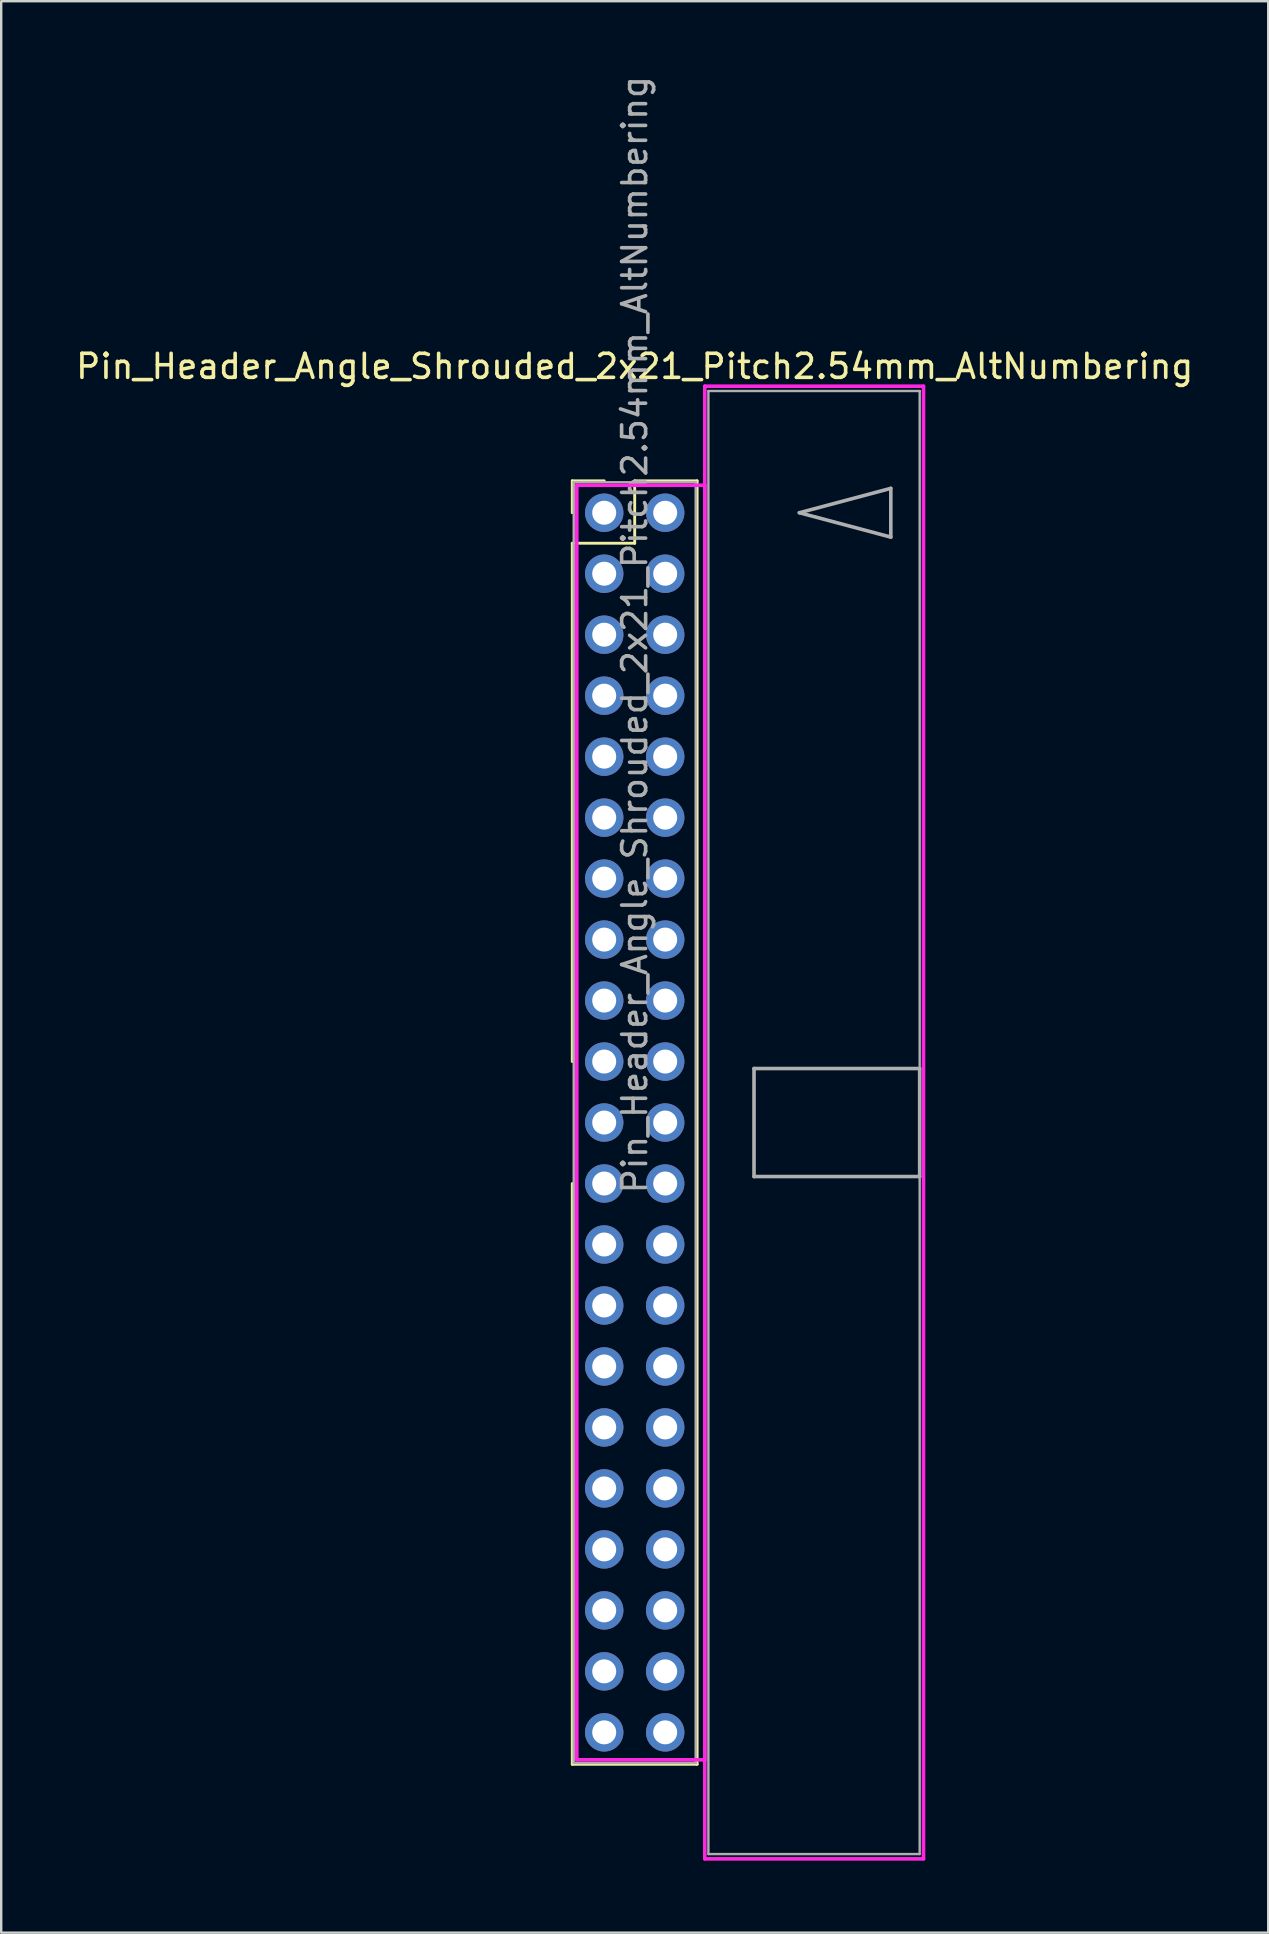
<source format=kicad_pcb>
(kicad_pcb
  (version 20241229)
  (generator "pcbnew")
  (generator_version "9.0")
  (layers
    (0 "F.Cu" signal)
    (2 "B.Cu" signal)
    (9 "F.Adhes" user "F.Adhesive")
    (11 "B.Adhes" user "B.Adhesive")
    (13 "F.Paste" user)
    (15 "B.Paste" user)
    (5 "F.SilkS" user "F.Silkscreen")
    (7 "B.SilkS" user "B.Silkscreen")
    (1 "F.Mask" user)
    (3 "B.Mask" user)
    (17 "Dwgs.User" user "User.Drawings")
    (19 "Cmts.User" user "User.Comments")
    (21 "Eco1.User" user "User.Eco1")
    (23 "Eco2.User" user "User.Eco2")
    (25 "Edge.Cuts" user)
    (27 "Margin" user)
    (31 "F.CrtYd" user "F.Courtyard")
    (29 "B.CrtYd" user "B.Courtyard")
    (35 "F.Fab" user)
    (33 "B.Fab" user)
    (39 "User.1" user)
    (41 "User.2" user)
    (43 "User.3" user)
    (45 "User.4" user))
  (footprint "Pin_Header_Angle_Shrouded_2x21_Pitch2.54mm_AltNumbering"
    (layer "F.Cu")
    (at 22.117 18.307)
    (property "Reference" "Pin_Header_Angle_Shrouded_2x21_Pitch2.54mm_AltNumbering" (at 1.27 -6.096 0) (layer "F.SilkS") (effects (font (size 1 1) (thickness 0.15))))
    (attr through_hole)
    (fp_line (start -1.33 -1.33) (end 0 -1.33) (stroke (width 0.12) (type solid)) (layer "F.SilkS"))
    (fp_line (start -1.33 0) (end -1.33 -1.33) (stroke (width 0.12) (type solid)) (layer "F.SilkS"))
    (fp_line (start -1.33 1.27) (end -1.33 22.86) (stroke (width 0.12) (type solid)) (layer "F.SilkS"))
    (fp_line (start -1.33 1.27) (end 1.27 1.27) (stroke (width 0.12) (type solid)) (layer "F.SilkS"))
    (fp_line (start -1.33 27.94) (end -1.33 52.13) (stroke (width 0.12) (type solid)) (layer "F.SilkS"))
    (fp_line (start -1.33 52.13) (end 3.87 52.13) (stroke (width 0.12) (type solid)) (layer "F.SilkS"))
    (fp_line (start 1.27 -1.33) (end 3.87 -1.33) (stroke (width 0.12) (type solid)) (layer "F.SilkS"))
    (fp_line (start 1.27 1.27) (end 1.27 -1.33) (stroke (width 0.12) (type solid)) (layer "F.SilkS"))
    (fp_line (start 3.87 -1.33) (end 3.87 52.13) (stroke (width 0.12) (type solid)) (layer "F.SilkS"))
    (fp_line (start -1.143 -1.143) (end -1.143 51.943) (stroke (width 0.15) (type solid)) (layer "F.CrtYd"))
    (fp_line (start -1.143 51.943) (end 4.19 51.943) (stroke (width 0.15) (type solid)) (layer "F.CrtYd"))
    (fp_line (start 4.19 -5.27) (end 4.19 56.07) (stroke (width 0.15) (type solid)) (layer "F.CrtYd"))
    (fp_line (start 4.19 -1.143) (end -1.143 -1.143) (stroke (width 0.15) (type solid)) (layer "F.CrtYd"))
    (fp_line (start 4.19 51.943) (end 4.19 -1.143) (stroke (width 0.15) (type solid)) (layer "F.CrtYd"))
    (fp_line (start 4.19 56.07) (end 13.3 56.07) (stroke (width 0.15) (type solid)) (layer "F.CrtYd"))
    (fp_line (start 13.3 -5.27) (end 4.19 -5.27) (stroke (width 0.15) (type solid)) (layer "F.CrtYd"))
    (fp_line (start 13.3 56.07) (end 13.3 -5.27) (stroke (width 0.15) (type solid)) (layer "F.CrtYd"))
    (fp_line (start -1.27 -1.27) (end -1.27 52.07) (stroke (width 0.1) (type solid)) (layer "F.Fab"))
    (fp_line (start -1.27 52.07) (end 3.81 52.07) (stroke (width 0.1) (type solid)) (layer "F.Fab"))
    (fp_line (start 3.81 -1.27) (end -1.27 -1.27) (stroke (width 0.1) (type solid)) (layer "F.Fab"))
    (fp_line (start 3.81 52.07) (end 3.81 -1.27) (stroke (width 0.1) (type solid)) (layer "F.Fab"))
    (fp_line (start 4.34 -5.07) (end 4.34 55.87) (stroke (width 0.1) (type solid)) (layer "F.Fab"))
    (fp_line (start 4.34 55.87) (end 13.14 55.87) (stroke (width 0.1) (type solid)) (layer "F.Fab"))
    (fp_line (start 6.24 23.15) (end 6.24 27.65) (stroke (width 0.15) (type solid)) (layer "F.Fab"))
    (fp_line (start 6.24 27.65) (end 13.14 27.65) (stroke (width 0.15) (type solid)) (layer "F.Fab"))
    (fp_line (start 8.128 0) (end 11.938 -1.016) (stroke (width 0.15) (type solid)) (layer "F.Fab"))
    (fp_line (start 11.938 -1.016) (end 11.938 1.016) (stroke (width 0.15) (type solid)) (layer "F.Fab"))
    (fp_line (start 11.938 1.016) (end 8.128 0) (stroke (width 0.15) (type solid)) (layer "F.Fab"))
    (fp_line (start 13.14 -5.07) (end 4.34 -5.07) (stroke (width 0.1) (type solid)) (layer "F.Fab"))
    (fp_line (start 13.14 23.15) (end 6.24 23.15) (stroke (width 0.15) (type solid)) (layer "F.Fab"))
    (fp_line (start 13.14 27.65) (end 13.14 23.15) (stroke (width 0.15) (type solid)) (layer "F.Fab"))
    (fp_line (start 13.14 55.87) (end 13.14 -5.07) (stroke (width 0.1) (type solid)) (layer "F.Fab"))
    (fp_text user "${REFERENCE}" (at 1.27 5.08 90) (layer "F.Fab") (effects (font (size 1 1) (thickness 0.15))))
    (pad "1" thru_hole oval (at 0 0) (size 1.6 1.6) (drill 1) (layers "*.Cu" "*.Mask"))
    (pad "2" thru_hole oval (at 0 2.54) (size 1.6 1.6) (drill 1) (layers "*.Cu" "*.Mask"))
    (pad "3" thru_hole oval (at 0 5.08) (size 1.6 1.6) (drill 1) (layers "*.Cu" "*.Mask"))
    (pad "4" thru_hole oval (at 0 7.62) (size 1.6 1.6) (drill 1) (layers "*.Cu" "*.Mask"))
    (pad "5" thru_hole oval (at 0 10.16) (size 1.6 1.6) (drill 1) (layers "*.Cu" "*.Mask"))
    (pad "6" thru_hole oval (at 0 12.7) (size 1.6 1.6) (drill 1) (layers "*.Cu" "*.Mask"))
    (pad "7" thru_hole oval (at 0 15.24) (size 1.6 1.6) (drill 1) (layers "*.Cu" "*.Mask"))
    (pad "8" thru_hole oval (at 0 17.78) (size 1.6 1.6) (drill 1) (layers "*.Cu" "*.Mask"))
    (pad "9" thru_hole oval (at 0 20.32) (size 1.6 1.6) (drill 1) (layers "*.Cu" "*.Mask"))
    (pad "10" thru_hole oval (at 0 22.86) (size 1.6 1.6) (drill 1) (layers "*.Cu" "*.Mask"))
    (pad "11" thru_hole oval (at 0 25.4) (size 1.6 1.6) (drill 1) (layers "*.Cu" "*.Mask"))
    (pad "12" thru_hole oval (at 0 27.94) (size 1.6 1.6) (drill 1) (layers "*.Cu" "*.Mask"))
    (pad "13" thru_hole oval (at 0 30.48) (size 1.6 1.6) (drill 1) (layers "*.Cu" "*.Mask"))
    (pad "14" thru_hole oval (at 0 33.02) (size 1.6 1.6) (drill 1) (layers "*.Cu" "*.Mask"))
    (pad "15" thru_hole oval (at 0 35.56) (size 1.6 1.6) (drill 1) (layers "*.Cu" "*.Mask"))
    (pad "16" thru_hole oval (at 0 38.1) (size 1.6 1.6) (drill 1) (layers "*.Cu" "*.Mask"))
    (pad "17" thru_hole oval (at 0 40.64) (size 1.6 1.6) (drill 1) (layers "*.Cu" "*.Mask"))
    (pad "18" thru_hole oval (at 0 43.18) (size 1.6 1.6) (drill 1) (layers "*.Cu" "*.Mask"))
    (pad "19" thru_hole oval (at 0 45.72) (size 1.6 1.6) (drill 1) (layers "*.Cu" "*.Mask"))
    (pad "20" thru_hole oval (at 0 48.26) (size 1.6 1.6) (drill 1) (layers "*.Cu" "*.Mask"))
    (pad "21" thru_hole oval (at 0 50.8) (size 1.6 1.6) (drill 1) (layers "*.Cu" "*.Mask"))
    (pad "22" thru_hole oval (at 2.54 0) (size 1.6 1.6) (drill 1) (layers "*.Cu" "*.Mask"))
    (pad "23" thru_hole oval (at 2.54 2.54) (size 1.6 1.6) (drill 1) (layers "*.Cu" "*.Mask"))
    (pad "24" thru_hole oval (at 2.54 5.08) (size 1.6 1.6) (drill 1) (layers "*.Cu" "*.Mask"))
    (pad "25" thru_hole oval (at 2.54 7.62) (size 1.6 1.6) (drill 1) (layers "*.Cu" "*.Mask"))
    (pad "26" thru_hole oval (at 2.54 10.16) (size 1.6 1.6) (drill 1) (layers "*.Cu" "*.Mask"))
    (pad "27" thru_hole oval (at 2.54 12.7) (size 1.6 1.6) (drill 1) (layers "*.Cu" "*.Mask"))
    (pad "28" thru_hole oval (at 2.54 15.24) (size 1.6 1.6) (drill 1) (layers "*.Cu" "*.Mask"))
    (pad "29" thru_hole oval (at 2.54 17.78) (size 1.6 1.6) (drill 1) (layers "*.Cu" "*.Mask"))
    (pad "30" thru_hole oval (at 2.54 20.32) (size 1.6 1.6) (drill 1) (layers "*.Cu" "*.Mask"))
    (pad "31" thru_hole oval (at 2.54 22.86) (size 1.6 1.6) (drill 1) (layers "*.Cu" "*.Mask"))
    (pad "32" thru_hole oval (at 2.54 25.4) (size 1.6 1.6) (drill 1) (layers "*.Cu" "*.Mask"))
    (pad "33" thru_hole oval (at 2.54 27.94) (size 1.6 1.6) (drill 1) (layers "*.Cu" "*.Mask"))
    (pad "34" thru_hole oval (at 2.54 30.48) (size 1.6 1.6) (drill 1) (layers "*.Cu" "*.Mask"))
    (pad "35" thru_hole oval (at 2.54 33.02) (size 1.6 1.6) (drill 1) (layers "*.Cu" "*.Mask"))
    (pad "36" thru_hole oval (at 2.54 35.56) (size 1.6 1.6) (drill 1) (layers "*.Cu" "*.Mask"))
    (pad "37" thru_hole oval (at 2.54 38.1) (size 1.6 1.6) (drill 1) (layers "*.Cu" "*.Mask"))
    (pad "38" thru_hole oval (at 2.54 40.64) (size 1.6 1.6) (drill 1) (layers "*.Cu" "*.Mask"))
    (pad "39" thru_hole oval (at 2.54 43.18) (size 1.6 1.6) (drill 1) (layers "*.Cu" "*.Mask"))
    (pad "40" thru_hole oval (at 2.54 45.72) (size 1.6 1.6) (drill 1) (layers "*.Cu" "*.Mask"))
    (pad "41" thru_hole oval (at 2.54 48.26) (size 1.6 1.6) (drill 1) (layers "*.Cu" "*.Mask"))
    (pad "42" thru_hole oval (at 2.54 50.8) (size 1.6 1.6) (drill 1) (layers "*.Cu" "*.Mask")))
  (gr_rect
    (start -3 -3)
    (end 49.774 77.452)
    (stroke (width 0.1) (type default))
    (fill no)
    (layer "Edge.Cuts")))
</source>
